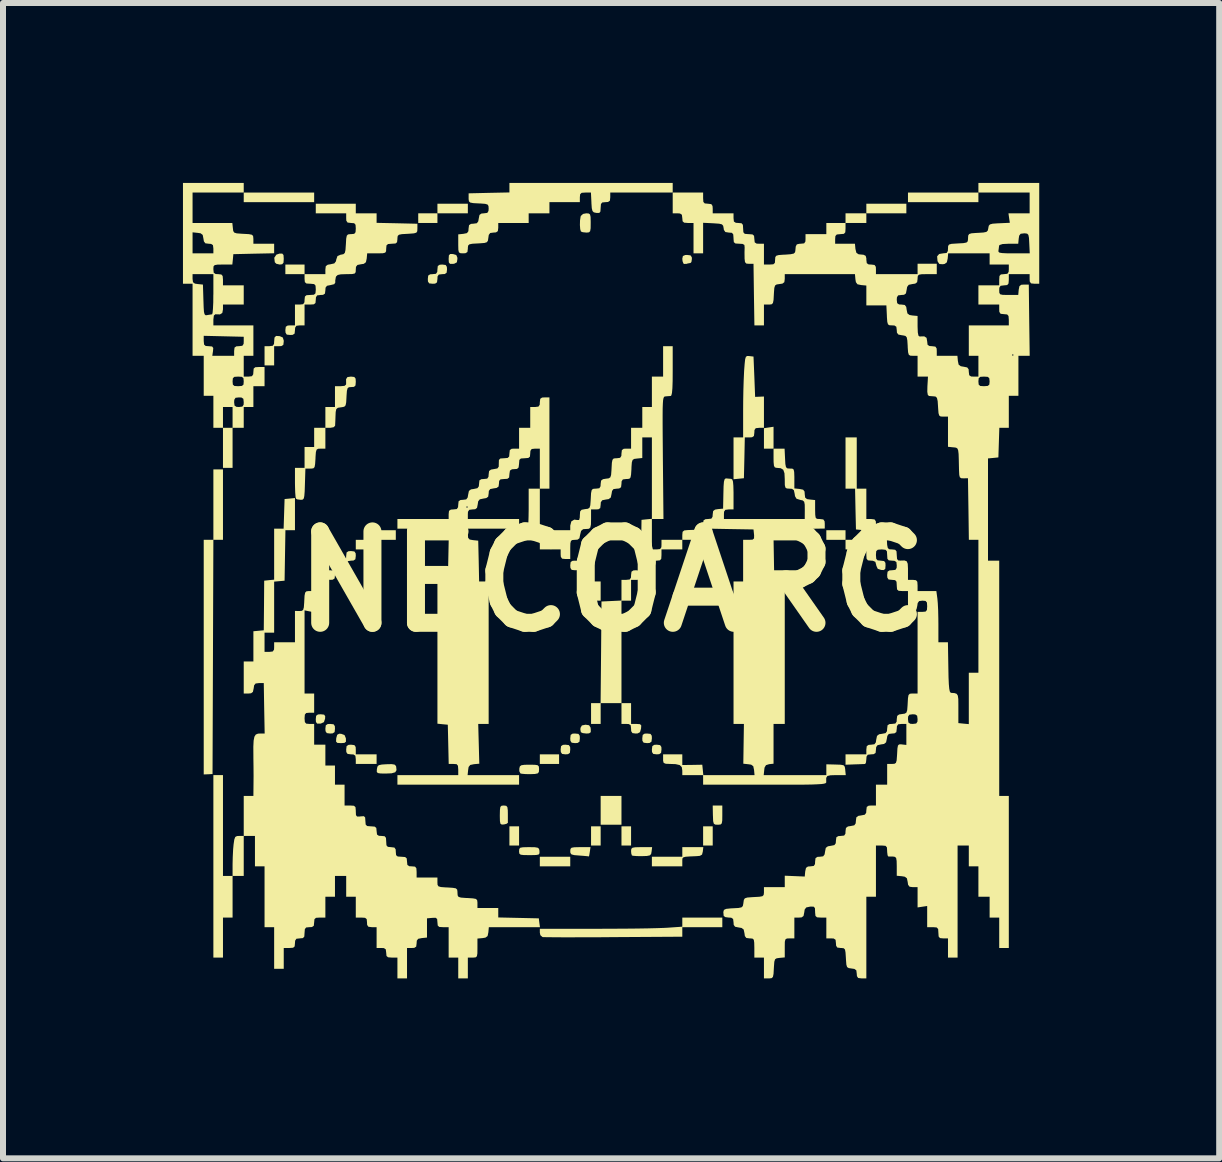
<source format=kicad_pcb>
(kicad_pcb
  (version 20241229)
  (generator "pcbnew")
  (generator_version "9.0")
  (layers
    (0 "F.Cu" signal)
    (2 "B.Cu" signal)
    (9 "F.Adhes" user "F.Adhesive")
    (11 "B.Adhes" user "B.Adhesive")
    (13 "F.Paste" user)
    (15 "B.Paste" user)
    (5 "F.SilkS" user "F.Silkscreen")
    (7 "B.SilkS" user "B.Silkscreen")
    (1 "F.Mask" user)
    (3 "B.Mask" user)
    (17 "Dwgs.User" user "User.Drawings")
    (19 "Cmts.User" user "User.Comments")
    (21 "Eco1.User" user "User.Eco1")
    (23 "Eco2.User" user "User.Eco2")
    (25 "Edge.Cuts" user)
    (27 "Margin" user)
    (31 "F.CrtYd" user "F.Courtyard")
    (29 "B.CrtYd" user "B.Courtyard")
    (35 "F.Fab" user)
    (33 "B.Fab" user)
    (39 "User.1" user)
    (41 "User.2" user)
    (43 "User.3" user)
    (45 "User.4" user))
  (footprint "NECOARC"
    (layer "F.Cu")
    (at 7.15 6.643)
    (property "Reference" "NECOARC" (at 0 0 0) (layer "F.SilkS") (effects (font (size 1.524 1.524) (thickness 0.3))))
    (attr board_only exclude_from_pos_files exclude_from_bom)
    (fp_poly (pts (xy -5.123 -5.123) (xy -5.443 -5.123) (xy -5.443 -5.283) (xy -5.123 -5.283)) (stroke (width 0) (type solid)) (fill yes) (layer "F.SilkS"))
    (fp_poly (pts (xy -4.963 -6.323) (xy -6.137 -6.323) (xy -6.137 -6.483) (xy -4.963 -6.483)) (stroke (width 0) (type solid)) (fill yes) (layer "F.SilkS"))
    (fp_poly (pts (xy -3.922 -0.534) (xy -4.269 -0.534) (xy -4.269 -0.694) (xy -3.922 -0.694)) (stroke (width 0) (type solid)) (fill yes) (layer "F.SilkS"))
    (fp_poly (pts (xy -3.602 -0.694) (xy -3.922 -0.694) (xy -3.922 -0.854) (xy -3.602 -0.854)) (stroke (width 0) (type solid)) (fill yes) (layer "F.SilkS"))
    (fp_poly (pts (xy -2.908 -5.976) (xy -3.228 -5.976) (xy -3.228 -6.137) (xy -2.908 -6.137)) (stroke (width 0) (type solid)) (fill yes) (layer "F.SilkS"))
    (fp_poly (pts (xy -2.401 -6.137) (xy -2.908 -6.137) (xy -2.908 -6.297) (xy -2.401 -6.297)) (stroke (width 0) (type solid)) (fill yes) (layer "F.SilkS"))
    (fp_poly (pts (xy -1.547 4.402) (xy -1.708 4.402) (xy -1.708 4.082) (xy -1.547 4.082)) (stroke (width 0) (type solid)) (fill yes) (layer "F.SilkS"))
    (fp_poly (pts (xy -0.88 3.042) (xy -1.201 3.042) (xy -1.201 2.882) (xy -0.88 2.882)) (stroke (width 0) (type solid)) (fill yes) (layer "F.SilkS"))
    (fp_poly (pts (xy -0.694 4.749) (xy -1.201 4.749) (xy -1.201 4.589) (xy -0.694 4.589)) (stroke (width 0) (type solid)) (fill yes) (layer "F.SilkS"))
    (fp_poly (pts (xy -0.187 0.32) (xy -0.347 0.32) (xy -0.347 0) (xy -0.187 0)) (stroke (width 0) (type solid)) (fill yes) (layer "F.SilkS"))
    (fp_poly (pts (xy -0.187 4.402) (xy -0.347 4.402) (xy -0.347 4.082) (xy -0.187 4.082)) (stroke (width 0) (type solid)) (fill yes) (layer "F.SilkS"))
    (fp_poly (pts (xy 0.16 4.055) (xy -0.187 4.055) (xy -0.187 3.575) (xy 0.16 3.575)) (stroke (width 0) (type solid)) (fill yes) (layer "F.SilkS"))
    (fp_poly (pts (xy 0.32 4.402) (xy 0.16 4.402) (xy 0.16 4.082) (xy 0.32 4.082)) (stroke (width 0) (type solid)) (fill yes) (layer "F.SilkS"))
    (fp_poly (pts (xy 1.681 4.402) (xy 1.521 4.402) (xy 1.521 4.082) (xy 1.681 4.082)) (stroke (width 0) (type solid)) (fill yes) (layer "F.SilkS"))
    (fp_poly (pts (xy 3.895 -0.694) (xy 3.575 -0.694) (xy 3.575 -0.854) (xy 3.895 -0.854)) (stroke (width 0) (type solid)) (fill yes) (layer "F.SilkS"))
    (fp_poly (pts (xy 4.242 -5.976) (xy 3.895 -5.976) (xy 3.895 -6.137) (xy 4.242 -6.137)) (stroke (width 0) (type solid)) (fill yes) (layer "F.SilkS"))
    (fp_poly (pts (xy 4.909 -6.137) (xy 4.242 -6.137) (xy 4.242 -6.297) (xy 4.909 -6.297)) (stroke (width 0) (type solid)) (fill yes) (layer "F.SilkS"))
    (fp_poly (pts (xy 6.11 -6.323) (xy 4.936 -6.323) (xy 4.936 -6.483) (xy 6.11 -6.483)) (stroke (width 0) (type solid)) (fill yes) (layer "F.SilkS"))
    (fp_poly (pts (xy 2.695 -2.214) (xy 2.535 -2.214) (xy 2.535 -2.555) (xy 2.615 -2.567) (xy 2.695 -2.579)) (stroke (width 0) (type solid)) (fill yes) (layer "F.SilkS"))
    (fp_poly (pts (xy -6.483 4.909) (xy -6.323 4.909) (xy -6.323 5.603) (xy -6.483 5.603) (xy -6.483 6.27) (xy -6.643 6.27) (xy -6.643 3.228) (xy -6.483 3.228)) (stroke (width 0) (type solid)) (fill yes) (layer "F.SilkS"))
    (fp_poly (pts (xy -6.483 -0.694) (xy -6.643 -0.694) (xy -6.65 1.258) (xy -6.657 3.21) (xy -6.73 3.214) (xy -6.804 3.217) (xy -6.804 -0.694) (xy -6.643 -0.694) (xy -6.643 -1.868) (xy -6.483 -1.868)) (stroke (width 0) (type solid)) (fill yes) (layer "F.SilkS"))
    (fp_poly (pts (xy -6.137 4.909) (xy -6.323 4.909) (xy -6.323 4.716) (xy -6.32 4.593) (xy -6.314 4.469) (xy -6.306 4.382) (xy -6.294 4.301) (xy -6.278 4.259) (xy -6.249 4.244) (xy -6.213 4.242) (xy -6.137 4.242)) (stroke (width 0) (type solid)) (fill yes) (layer "F.SilkS"))
    (fp_poly (pts (xy 1.486 -0.859) (xy 1.509 -0.827) (xy 1.516 -0.78) (xy 1.524 -0.694) (xy 1.174 -0.694) (xy 1.174 -0.774) (xy 1.179 -0.828) (xy 1.207 -0.851) (xy 1.267 -0.857) (xy 1.356 -0.86) (xy 1.434 -0.864)) (stroke (width 0) (type solid)) (fill yes) (layer "F.SilkS"))
    (fp_poly (pts (xy -5.474 -5.442) (xy -5.47 -5.381) (xy -5.47 -5.378) (xy -5.474 -5.314) (xy -5.496 -5.288) (xy -5.537 -5.283) (xy -5.594 -5.296) (xy -5.619 -5.321) (xy -5.628 -5.396) (xy -5.593 -5.448) (xy -5.543 -5.465) (xy -5.494 -5.465)) (stroke (width 0) (type solid)) (fill yes) (layer "F.SilkS"))
    (fp_poly (pts (xy -4.799 0.007) (xy -4.778 0.038) (xy -4.776 0.08) (xy -4.782 0.137) (xy -4.814 0.158) (xy -4.856 0.16) (xy -4.913 0.153) (xy -4.933 0.122) (xy -4.936 0.08) (xy -4.929 0.023) (xy -4.898 0.002) (xy -4.856 0)) (stroke (width 0) (type solid)) (fill yes) (layer "F.SilkS"))
    (fp_poly (pts (xy -4.797 2.22) (xy -4.779 2.246) (xy -4.781 2.288) (xy -4.8 2.345) (xy -4.85 2.368) (xy -4.863 2.37) (xy -4.914 2.369) (xy -4.933 2.342) (xy -4.936 2.296) (xy -4.93 2.239) (xy -4.9 2.217) (xy -4.854 2.214)) (stroke (width 0) (type solid)) (fill yes) (layer "F.SilkS"))
    (fp_poly (pts (xy -4.639 -0.18) (xy -4.618 -0.149) (xy -4.616 -0.107) (xy -4.622 -0.05) (xy -4.654 -0.029) (xy -4.696 -0.027) (xy -4.752 -0.033) (xy -4.773 -0.064) (xy -4.776 -0.107) (xy -4.769 -0.163) (xy -4.738 -0.184) (xy -4.696 -0.187)) (stroke (width 0) (type solid)) (fill yes) (layer "F.SilkS"))
    (fp_poly (pts (xy -4.639 2.381) (xy -4.618 2.412) (xy -4.616 2.455) (xy -4.622 2.511) (xy -4.654 2.532) (xy -4.696 2.535) (xy -4.752 2.528) (xy -4.773 2.497) (xy -4.776 2.455) (xy -4.769 2.398) (xy -4.738 2.377) (xy -4.696 2.375)) (stroke (width 0) (type solid)) (fill yes) (layer "F.SilkS"))
    (fp_poly (pts (xy -2.648 -5.458) (xy -2.594 -5.442) (xy -2.576 -5.4) (xy -2.575 -5.376) (xy -2.584 -5.32) (xy -2.625 -5.298) (xy -2.648 -5.294) (xy -2.698 -5.294) (xy -2.718 -5.319) (xy -2.721 -5.376) (xy -2.717 -5.437) (xy -2.695 -5.459)) (stroke (width 0) (type solid)) (fill yes) (layer "F.SilkS"))
    (fp_poly (pts (xy -0.717 2.728) (xy -0.696 2.759) (xy -0.694 2.801) (xy -0.7 2.858) (xy -0.731 2.879) (xy -0.774 2.882) (xy -0.83 2.875) (xy -0.851 2.844) (xy -0.854 2.801) (xy -0.847 2.745) (xy -0.816 2.724) (xy -0.774 2.721)) (stroke (width 0) (type solid)) (fill yes) (layer "F.SilkS"))
    (fp_poly (pts (xy -0.557 -0.34) (xy -0.536 -0.309) (xy -0.534 -0.267) (xy -0.54 -0.21) (xy -0.571 -0.189) (xy -0.614 -0.187) (xy -0.67 -0.193) (xy -0.691 -0.225) (xy -0.694 -0.267) (xy -0.687 -0.324) (xy -0.656 -0.344) (xy -0.614 -0.347)) (stroke (width 0) (type solid)) (fill yes) (layer "F.SilkS"))
    (fp_poly (pts (xy -0.557 2.541) (xy -0.536 2.572) (xy -0.534 2.615) (xy -0.54 2.671) (xy -0.571 2.692) (xy -0.614 2.695) (xy -0.67 2.688) (xy -0.691 2.657) (xy -0.694 2.615) (xy -0.687 2.558) (xy -0.656 2.537) (xy -0.614 2.535)) (stroke (width 0) (type solid)) (fill yes) (layer "F.SilkS"))
    (fp_poly (pts (xy -0.434 -0.182) (xy -0.376 -0.163) (xy -0.353 -0.112) (xy -0.352 -0.1) (xy -0.352 -0.049) (xy -0.379 -0.029) (xy -0.425 -0.027) (xy -0.483 -0.033) (xy -0.504 -0.063) (xy -0.507 -0.108) (xy -0.501 -0.165) (xy -0.475 -0.184)) (stroke (width 0) (type solid)) (fill yes) (layer "F.SilkS"))
    (fp_poly (pts (xy 0.644 2.541) (xy 0.665 2.572) (xy 0.667 2.615) (xy 0.66 2.671) (xy 0.629 2.692) (xy 0.587 2.695) (xy 0.53 2.688) (xy 0.509 2.657) (xy 0.507 2.615) (xy 0.514 2.558) (xy 0.545 2.537) (xy 0.587 2.535)) (stroke (width 0) (type solid)) (fill yes) (layer "F.SilkS"))
    (fp_poly (pts (xy 0.804 2.728) (xy 0.825 2.759) (xy 0.827 2.801) (xy 0.82 2.858) (xy 0.789 2.879) (xy 0.747 2.882) (xy 0.69 2.875) (xy 0.669 2.844) (xy 0.667 2.801) (xy 0.674 2.745) (xy 0.705 2.724) (xy 0.747 2.721)) (stroke (width 0) (type solid)) (fill yes) (layer "F.SilkS"))
    (fp_poly (pts (xy -4.512 2.54) (xy -4.457 2.56) (xy -4.435 2.612) (xy -4.434 2.621) (xy -4.433 2.671) (xy -4.458 2.691) (xy -4.516 2.695) (xy -4.577 2.691) (xy -4.598 2.669) (xy -4.595 2.616) (xy -4.595 2.613) (xy -4.579 2.556) (xy -4.546 2.538)) (stroke (width 0) (type solid)) (fill yes) (layer "F.SilkS"))
    (fp_poly (pts (xy -0.38 2.397) (xy -0.356 2.434) (xy -0.352 2.461) (xy -0.352 2.513) (xy -0.38 2.532) (xy -0.424 2.535) (xy -0.485 2.528) (xy -0.517 2.513) (xy -0.525 2.471) (xy -0.523 2.44) (xy -0.5 2.4) (xy -0.439 2.388) (xy -0.438 2.388)) (stroke (width 0) (type solid)) (fill yes) (layer "F.SilkS"))
    (fp_poly (pts (xy 1.841 3.895) (xy 1.84 3.984) (xy 1.832 4.032) (xy 1.813 4.051) (xy 1.775 4.055) (xy 1.764 4.055) (xy 1.722 4.053) (xy 1.699 4.037) (xy 1.688 3.995) (xy 1.685 3.915) (xy 1.684 3.895) (xy 1.681 3.735) (xy 1.841 3.735)) (stroke (width 0) (type solid)) (fill yes) (layer "F.SilkS"))
    (fp_poly (pts (xy 1.311 -5.436) (xy 1.332 -5.405) (xy 1.334 -5.376) (xy 1.326 -5.326) (xy 1.31 -5.309) (xy 1.264 -5.301) (xy 1.248 -5.295) (xy 1.204 -5.293) (xy 1.193 -5.3) (xy 1.178 -5.339) (xy 1.174 -5.381) (xy 1.184 -5.425) (xy 1.223 -5.442) (xy 1.254 -5.443)) (stroke (width 0) (type solid)) (fill yes) (layer "F.SilkS"))
    (fp_poly (pts (xy 0.662 4.502) (xy 0.654 4.544) (xy 0.632 4.566) (xy 0.584 4.576) (xy 0.501 4.579) (xy 0.416 4.578) (xy 0.355 4.573) (xy 0.334 4.568) (xy 0.323 4.533) (xy 0.32 4.491) (xy 0.324 4.458) (xy 0.343 4.439) (xy 0.388 4.431) (xy 0.473 4.429) (xy 0.495 4.429) (xy 0.671 4.429)) (stroke (width 0) (type solid)) (fill yes) (layer "F.SilkS"))
    (fp_poly (pts (xy 1.516 4.502) (xy 1.503 4.553) (xy 1.467 4.574) (xy 1.414 4.579) (xy 1.3 4.584) (xy 1.23 4.589) (xy 1.192 4.599) (xy 1.176 4.617) (xy 1.174 4.648) (xy 1.174 4.669) (xy 1.174 4.749) (xy 0.667 4.749) (xy 0.667 4.589) (xy 1.174 4.589) (xy 1.174 4.429) (xy 1.524 4.429)) (stroke (width 0) (type solid)) (fill yes) (layer "F.SilkS"))
    (fp_poly (pts (xy -4.292 2.728) (xy -4.271 2.759) (xy -4.269 2.801) (xy -4.269 2.882) (xy -3.922 2.882) (xy -3.922 3.042) (xy -4.269 3.042) (xy -4.269 2.962) (xy -4.276 2.905) (xy -4.307 2.884) (xy -4.349 2.882) (xy -4.406 2.875) (xy -4.427 2.844) (xy -4.429 2.801) (xy -4.422 2.745) (xy -4.391 2.724) (xy -4.349 2.721)) (stroke (width 0) (type solid)) (fill yes) (layer "F.SilkS"))
    (fp_poly (pts (xy -3.622 3.053) (xy -3.6 3.075) (xy -3.596 3.087) (xy -3.59 3.146) (xy -3.612 3.181) (xy -3.672 3.198) (xy -3.766 3.202) (xy -3.854 3.201) (xy -3.901 3.194) (xy -3.919 3.175) (xy -3.918 3.138) (xy -3.917 3.128) (xy -3.908 3.086) (xy -3.886 3.063) (xy -3.835 3.052) (xy -3.759 3.047) (xy -3.671 3.045)) (stroke (width 0) (type solid)) (fill yes) (layer "F.SilkS"))
    (fp_poly (pts (xy -0.368 4.509) (xy -0.377 4.563) (xy -0.383 4.584) (xy -0.383 4.584) (xy -0.409 4.58) (xy -0.474 4.574) (xy -0.54 4.569) (xy -0.627 4.562) (xy -0.673 4.55) (xy -0.691 4.527) (xy -0.694 4.494) (xy -0.69 4.459) (xy -0.672 4.439) (xy -0.627 4.431) (xy -0.543 4.429) (xy -0.525 4.429) (xy -0.356 4.429)) (stroke (width 0) (type solid)) (fill yes) (layer "F.SilkS"))
    (fp_poly (pts (xy 0.32 2.375) (xy 0.409 2.375) (xy 0.469 2.379) (xy 0.49 2.401) (xy 0.486 2.455) (xy 0.469 2.512) (xy 0.43 2.533) (xy 0.397 2.535) (xy 0.343 2.528) (xy 0.322 2.496) (xy 0.32 2.455) (xy 0.314 2.398) (xy 0.282 2.377) (xy 0.24 2.375) (xy 0.16 2.375) (xy 0.16 2.028) (xy 0.32 2.028)) (stroke (width 0) (type solid)) (fill yes) (layer "F.SilkS"))
    (fp_poly (pts (xy -5.542 -4.09) (xy -5.536 -4.089) (xy -5.486 -4.067) (xy -5.47 -4.016) (xy -5.47 -3.999) (xy -5.477 -3.944) (xy -5.509 -3.924) (xy -5.55 -3.922) (xy -5.63 -3.922) (xy -5.63 -3.602) (xy -5.79 -3.602) (xy -5.79 -3.922) (xy -5.71 -3.922) (xy -5.653 -3.929) (xy -5.632 -3.96) (xy -5.63 -3.998) (xy -5.624 -4.066) (xy -5.598 -4.093)) (stroke (width 0) (type solid)) (fill yes) (layer "F.SilkS"))
    (fp_poly (pts (xy -1.285 3.056) (xy -1.238 3.063) (xy -1.218 3.083) (xy -1.214 3.121) (xy -1.214 3.132) (xy -1.217 3.176) (xy -1.235 3.199) (xy -1.281 3.209) (xy -1.357 3.212) (xy -1.442 3.211) (xy -1.505 3.205) (xy -1.526 3.199) (xy -1.543 3.163) (xy -1.543 3.119) (xy -1.534 3.083) (xy -1.51 3.064) (xy -1.457 3.056) (xy -1.374 3.055)) (stroke (width 0) (type solid)) (fill yes) (layer "F.SilkS"))
    (fp_poly (pts (xy -1.761 3.74) (xy -1.742 3.762) (xy -1.735 3.815) (xy -1.734 3.869) (xy -1.734 3.95) (xy -1.734 4.007) (xy -1.733 4.022) (xy -1.756 4.04) (xy -1.8 4.051) (xy -1.837 4.052) (xy -1.858 4.038) (xy -1.866 3.996) (xy -1.868 3.914) (xy -1.868 3.897) (xy -1.866 3.808) (xy -1.859 3.759) (xy -1.84 3.739) (xy -1.805 3.735) (xy -1.801 3.735)) (stroke (width 0) (type solid)) (fill yes) (layer "F.SilkS"))
    (fp_poly (pts (xy -0.386 -6.134) (xy -0.364 -6.118) (xy -0.355 -6.076) (xy -0.353 -5.995) (xy -0.353 -5.976) (xy -0.354 -5.888) (xy -0.362 -5.84) (xy -0.381 -5.82) (xy -0.419 -5.816) (xy -0.426 -5.816) (xy -0.486 -5.822) (xy -0.516 -5.834) (xy -0.528 -5.873) (xy -0.533 -5.942) (xy -0.531 -6.019) (xy -0.521 -6.083) (xy -0.517 -6.094) (xy -0.48 -6.127) (xy -0.427 -6.137)) (stroke (width 0) (type solid)) (fill yes) (layer "F.SilkS"))
    (fp_poly (pts (xy -1.288 4.43) (xy -1.238 4.438) (xy -1.215 4.456) (xy -1.207 4.49) (xy -1.207 4.496) (xy -1.207 4.532) (xy -1.221 4.552) (xy -1.263 4.56) (xy -1.342 4.562) (xy -1.374 4.562) (xy -1.467 4.561) (xy -1.519 4.555) (xy -1.542 4.538) (xy -1.547 4.506) (xy -1.547 4.496) (xy -1.544 4.459) (xy -1.527 4.439) (xy -1.482 4.431) (xy -1.398 4.429) (xy -1.38 4.429)) (stroke (width 0) (type solid)) (fill yes) (layer "F.SilkS"))
    (fp_poly (pts (xy -4.292 -0.5) (xy -4.271 -0.469) (xy -4.269 -0.427) (xy -4.276 -0.37) (xy -4.307 -0.349) (xy -4.347 -0.347) (xy -4.405 -0.338) (xy -4.429 -0.302) (xy -4.434 -0.273) (xy -4.453 -0.216) (xy -4.503 -0.193) (xy -4.516 -0.192) (xy -4.567 -0.192) (xy -4.586 -0.219) (xy -4.589 -0.265) (xy -4.583 -0.323) (xy -4.553 -0.344) (xy -4.509 -0.347) (xy -4.452 -0.353) (xy -4.431 -0.385) (xy -4.429 -0.427) (xy -4.422 -0.484) (xy -4.391 -0.504) (xy -4.349 -0.507)) (stroke (width 0) (type solid)) (fill yes) (layer "F.SilkS"))
    (fp_poly (pts (xy -2.771 -5.276) (xy -2.751 -5.245) (xy -2.748 -5.203) (xy -2.755 -5.146) (xy -2.786 -5.125) (xy -2.828 -5.123) (xy -2.885 -5.116) (xy -2.906 -5.085) (xy -2.908 -5.043) (xy -2.915 -4.986) (xy -2.946 -4.965) (xy -2.988 -4.963) (xy -3.045 -4.969) (xy -3.066 -5) (xy -3.068 -5.043) (xy -3.062 -5.099) (xy -3.03 -5.12) (xy -2.988 -5.123) (xy -2.932 -5.129) (xy -2.911 -5.16) (xy -2.908 -5.203) (xy -2.902 -5.259) (xy -2.87 -5.28) (xy -2.828 -5.283)) (stroke (width 0) (type solid)) (fill yes) (layer "F.SilkS"))
    (fp_poly (pts (xy 1.841 5.763) (xy 1.174 5.763) (xy 1.174 5.922) (xy 0.031 5.929) (xy -0.212 5.931) (xy -0.439 5.931) (xy -0.646 5.932) (xy -0.825 5.932) (xy -0.971 5.931) (xy -1.079 5.93) (xy -1.142 5.929) (xy -1.156 5.928) (xy -1.192 5.897) (xy -1.201 5.854) (xy -1.201 5.79) (xy -0.258 5.79) (xy -0.026 5.789) (xy 0.2 5.788) (xy 0.411 5.786) (xy 0.599 5.783) (xy 0.756 5.779) (xy 0.874 5.775) (xy 0.93 5.772) (xy 1.174 5.755) (xy 1.174 5.603) (xy 1.841 5.603)) (stroke (width 0) (type solid)) (fill yes) (layer "F.SilkS"))
    (fp_poly (pts (xy 0.457 -0.181) (xy 0.482 -0.167) (xy 0.482 -0.167) (xy 0.491 -0.085) (xy 0.487 -0.044) (xy 0.464 -0.029) (xy 0.415 -0.027) (xy 0.409 -0.027) (xy 0.32 -0.027) (xy 0.32 0.32) (xy 0.16 0.32) (xy 0.16 2.028) (xy -0.187 2.028) (xy -0.187 2.375) (xy -0.347 2.375) (xy -0.347 2.028) (xy -0.188 2.028) (xy -0.18 1.181) (xy -0.173 0.334) (xy -0.007 0.326) (xy 0.16 0.318) (xy 0.16 -0.027) (xy 0.24 -0.027) (xy 0.297 -0.033) (xy 0.318 -0.064) (xy 0.32 -0.107) (xy 0.327 -0.163) (xy 0.358 -0.184) (xy 0.4 -0.187)) (stroke (width 0) (type solid)) (fill yes) (layer "F.SilkS"))
    (fp_poly (pts (xy 2.283 -3.758) (xy 2.292 -3.757) (xy 2.361 -3.749) (xy 2.375 -3.413) (xy 2.388 -3.077) (xy 2.461 -3.08) (xy 2.535 -3.083) (xy 2.535 -2.561) (xy 2.455 -2.561) (xy 2.398 -2.555) (xy 2.377 -2.524) (xy 2.375 -2.481) (xy 2.368 -2.425) (xy 2.337 -2.404) (xy 2.295 -2.401) (xy 2.216 -2.401) (xy 2.209 -2.061) (xy 2.201 -1.721) (xy 2.028 -1.704) (xy 2.028 -2.401) (xy 2.188 -2.401) (xy 2.188 -2.837) (xy 2.189 -3.009) (xy 2.192 -3.184) (xy 2.197 -3.346) (xy 2.203 -3.479) (xy 2.205 -3.519) (xy 2.214 -3.634) (xy 2.222 -3.706) (xy 2.234 -3.744) (xy 2.253 -3.758)) (stroke (width 0) (type solid)) (fill yes) (layer "F.SilkS"))
    (fp_poly (pts (xy -4.776 -2.214) (xy -4.855 -2.214) (xy -4.898 -2.212) (xy -4.922 -2.197) (xy -4.934 -2.157) (xy -4.94 -2.079) (xy -4.941 -2.048) (xy -4.947 -1.957) (xy -4.956 -1.907) (xy -4.976 -1.886) (xy -5.014 -1.881) (xy -5.029 -1.881) (xy -5.109 -1.881) (xy -5.117 -1.621) (xy -5.121 -1.502) (xy -5.127 -1.426) (xy -5.136 -1.384) (xy -5.153 -1.365) (xy -5.179 -1.361) (xy -5.186 -1.361) (xy -5.242 -1.368) (xy -5.265 -1.379) (xy -5.273 -1.411) (xy -5.279 -1.485) (xy -5.282 -1.586) (xy -5.283 -1.645) (xy -5.283 -1.894) (xy -5.123 -1.894) (xy -5.123 -2.241) (xy -4.963 -2.241) (xy -4.963 -2.561) (xy -4.776 -2.561)) (stroke (width 0) (type solid)) (fill yes) (layer "F.SilkS"))
    (fp_poly (pts (xy -4.294 -3.409) (xy -4.272 -3.381) (xy -4.269 -3.327) (xy -4.274 -3.267) (xy -4.299 -3.244) (xy -4.342 -3.241) (xy -4.383 -3.238) (xy -4.405 -3.222) (xy -4.417 -3.179) (xy -4.423 -3.098) (xy -4.424 -3.077) (xy -4.429 -2.986) (xy -4.439 -2.936) (xy -4.461 -2.913) (xy -4.501 -2.905) (xy -4.517 -2.903) (xy -4.568 -2.895) (xy -4.594 -2.874) (xy -4.604 -2.825) (xy -4.607 -2.761) (xy -4.61 -2.677) (xy -4.613 -2.613) (xy -4.614 -2.595) (xy -4.639 -2.571) (xy -4.696 -2.561) (xy -4.776 -2.561) (xy -4.776 -2.908) (xy -4.616 -2.908) (xy -4.616 -3.255) (xy -4.521 -3.255) (xy -4.456 -3.261) (xy -4.431 -3.283) (xy -4.43 -3.302) (xy -4.431 -3.373) (xy -4.408 -3.407) (xy -4.35 -3.415) (xy -4.349 -3.415)) (stroke (width 0) (type solid)) (fill yes) (layer "F.SilkS"))
    (fp_poly (pts (xy 1.014 -6.483) (xy -0.027 -6.483) (xy -0.027 -6.403) (xy -0.033 -6.347) (xy -0.064 -6.326) (xy -0.107 -6.323) (xy -0.16 -6.318) (xy -0.182 -6.292) (xy -0.187 -6.229) (xy -0.191 -6.167) (xy -0.21 -6.143) (xy -0.258 -6.144) (xy -0.26 -6.144) (xy -0.301 -6.153) (xy -0.323 -6.175) (xy -0.335 -6.222) (xy -0.341 -6.308) (xy -0.341 -6.319) (xy -0.349 -6.483) (xy -0.442 -6.483) (xy -0.504 -6.479) (xy -0.529 -6.455) (xy -0.534 -6.403) (xy -0.534 -6.323) (xy -1.041 -6.323) (xy -1.041 -6.137) (xy -1.387 -6.137) (xy -1.387 -5.976) (xy -1.894 -5.976) (xy -1.894 -5.896) (xy -1.901 -5.84) (xy -1.932 -5.819) (xy -1.973 -5.816) (xy -2.028 -5.809) (xy -2.052 -5.777) (xy -2.059 -5.73) (xy -2.066 -5.682) (xy -2.083 -5.656) (xy -2.123 -5.643) (xy -2.199 -5.637) (xy -2.235 -5.635) (xy -2.325 -5.63) (xy -2.375 -5.62) (xy -2.396 -5.6) (xy -2.401 -5.563) (xy -2.401 -5.548) (xy -2.408 -5.492) (xy -2.44 -5.472) (xy -2.481 -5.47) (xy -2.526 -5.472) (xy -2.55 -5.487) (xy -2.559 -5.527) (xy -2.561 -5.605) (xy -2.561 -5.628) (xy -2.561 -5.786) (xy -2.475 -5.795) (xy -2.416 -5.807) (xy -2.392 -5.839) (xy -2.389 -5.883) (xy -2.381 -5.94) (xy -2.349 -5.961) (xy -2.308 -5.964) (xy -2.251 -5.972) (xy -2.227 -6.004) (xy -2.219 -6.051) (xy -2.207 -6.11) (xy -2.175 -6.133) (xy -2.133 -6.137) (xy -2.077 -6.144) (xy -2.057 -6.176) (xy -2.054 -6.215) (xy -2.057 -6.258) (xy -2.072 -6.283) (xy -2.112 -6.295) (xy -2.19 -6.301) (xy -2.221 -6.302) (xy -2.312 -6.307) (xy -2.362 -6.317) (xy -2.383 -6.337) (xy -2.388 -6.374) (xy -2.388 -6.39) (xy -2.388 -6.47) (xy -2.048 -6.478) (xy -1.708 -6.485) (xy -1.708 -6.643) (xy 1.014 -6.643)) (stroke (width 0) (type solid)) (fill yes) (layer "F.SilkS"))
    (fp_poly (pts (xy -4.269 -6.137) (xy -3.922 -6.137) (xy -3.922 -5.978) (xy -3.582 -5.971) (xy -3.242 -5.963) (xy -3.242 -5.883) (xy -3.244 -5.839) (xy -3.259 -5.815) (xy -3.299 -5.803) (xy -3.376 -5.797) (xy -3.408 -5.795) (xy -3.499 -5.79) (xy -3.549 -5.78) (xy -3.57 -5.76) (xy -3.575 -5.723) (xy -3.575 -5.708) (xy -3.581 -5.655) (xy -3.607 -5.634) (xy -3.669 -5.63) (xy -3.731 -5.625) (xy -3.757 -5.603) (xy -3.762 -5.55) (xy -3.764 -5.505) (xy -3.779 -5.481) (xy -3.819 -5.471) (xy -3.897 -5.47) (xy -3.92 -5.47) (xy -4.079 -5.47) (xy -4.087 -5.383) (xy -4.1 -5.322) (xy -4.135 -5.295) (xy -4.182 -5.288) (xy -4.242 -5.276) (xy -4.266 -5.245) (xy -4.269 -5.201) (xy -4.271 -5.157) (xy -4.286 -5.134) (xy -4.327 -5.125) (xy -4.406 -5.123) (xy -4.427 -5.123) (xy -4.519 -5.12) (xy -4.571 -5.109) (xy -4.596 -5.086) (xy -4.602 -5.072) (xy -4.612 -5.012) (xy -4.61 -4.985) (xy -4.628 -4.956) (xy -4.689 -4.941) (xy -4.749 -4.929) (xy -4.773 -4.898) (xy -4.776 -4.854) (xy -4.783 -4.799) (xy -4.814 -4.778) (xy -4.856 -4.776) (xy -4.913 -4.769) (xy -4.933 -4.738) (xy -4.936 -4.696) (xy -4.941 -4.642) (xy -4.968 -4.62) (xy -5.029 -4.616) (xy -5.123 -4.616) (xy -5.123 -4.269) (xy -5.203 -4.269) (xy -5.259 -4.262) (xy -5.28 -4.231) (xy -5.283 -4.189) (xy -5.289 -4.132) (xy -5.321 -4.111) (xy -5.363 -4.109) (xy -5.42 -4.115) (xy -5.44 -4.147) (xy -5.443 -4.189) (xy -5.436 -4.246) (xy -5.405 -4.266) (xy -5.363 -4.269) (xy -5.283 -4.269) (xy -5.283 -4.616) (xy -5.203 -4.616) (xy -5.146 -4.622) (xy -5.125 -4.654) (xy -5.123 -4.696) (xy -5.117 -4.75) (xy -5.091 -4.772) (xy -5.029 -4.776) (xy -4.967 -4.78) (xy -4.941 -4.803) (xy -4.936 -4.862) (xy -4.936 -4.869) (xy -4.94 -4.932) (xy -4.963 -4.957) (xy -5.022 -4.963) (xy -5.029 -4.963) (xy -5.092 -4.967) (xy -5.118 -4.99) (xy -5.123 -5.043) (xy -5.123 -5.123) (xy -4.776 -5.123) (xy -4.776 -5.201) (xy -4.769 -5.256) (xy -4.737 -5.28) (xy -4.689 -5.288) (xy -4.627 -5.302) (xy -4.6 -5.337) (xy -4.594 -5.368) (xy -4.574 -5.425) (xy -4.522 -5.447) (xy -4.514 -5.448) (xy -4.475 -5.456) (xy -4.452 -5.477) (xy -4.441 -5.524) (xy -4.435 -5.61) (xy -4.434 -5.623) (xy -4.429 -5.714) (xy -4.419 -5.764) (xy -4.399 -5.785) (xy -4.362 -5.79) (xy -4.348 -5.79) (xy -4.295 -5.795) (xy -4.273 -5.822) (xy -4.269 -5.883) (xy -4.273 -5.946) (xy -4.296 -5.972) (xy -4.349 -5.976) (xy -4.406 -5.983) (xy -4.427 -6.014) (xy -4.429 -6.057) (xy -4.429 -6.137) (xy -4.936 -6.137) (xy -4.936 -6.297) (xy -4.269 -6.297)) (stroke (width 0) (type solid)) (fill yes) (layer "F.SilkS"))
    (fp_poly (pts (xy -1.041 -1.547) (xy -1.201 -1.547) (xy -1.201 -2.214) (xy -1.281 -2.214) (xy -1.337 -2.208) (xy -1.358 -2.177) (xy -1.361 -2.134) (xy -1.366 -2.081) (xy -1.392 -2.059) (xy -1.454 -2.054) (xy -1.517 -2.05) (xy -1.542 -2.027) (xy -1.547 -1.969) (xy -1.547 -1.965) (xy -1.555 -1.9) (xy -1.581 -1.876) (xy -1.594 -1.875) (xy -1.666 -1.87) (xy -1.699 -1.848) (xy -1.707 -1.798) (xy -1.708 -1.788) (xy -1.713 -1.733) (xy -1.742 -1.711) (xy -1.795 -1.708) (xy -1.856 -1.702) (xy -1.879 -1.677) (xy -1.882 -1.634) (xy -1.889 -1.582) (xy -1.922 -1.559) (xy -1.968 -1.552) (xy -2.028 -1.54) (xy -2.051 -1.509) (xy -2.054 -1.467) (xy -2.062 -1.413) (xy -2.094 -1.39) (xy -2.141 -1.382) (xy -2.202 -1.369) (xy -2.229 -1.335) (xy -2.236 -1.287) (xy -2.248 -1.227) (xy -2.279 -1.204) (xy -2.323 -1.201) (xy -2.378 -1.194) (xy -2.399 -1.162) (xy -2.401 -1.121) (xy -2.401 -1.041) (xy -1.547 -1.041) (xy -1.547 -0.88) (xy -2.401 -0.88) (xy -2.401 -0.789) (xy -2.396 -0.726) (xy -2.37 -0.699) (xy -2.315 -0.689) (xy -2.228 -0.68) (xy -2.22 -0.34) (xy -2.213 0) (xy -2.054 0) (xy -2.054 2.375) (xy -2.141 2.375) (xy -2.228 2.375) (xy -2.21 3.038) (xy -2.299 3.046) (xy -2.361 3.059) (xy -2.388 3.092) (xy -2.396 3.142) (xy -2.405 3.228) (xy -1.547 3.228) (xy -1.547 3.388) (xy -3.575 3.388) (xy -3.575 3.228) (xy -2.561 3.228) (xy -2.561 3.135) (xy -2.566 3.072) (xy -2.588 3.046) (xy -2.641 3.042) (xy -2.72 3.042) (xy -2.735 2.388) (xy -2.821 2.38) (xy -2.908 2.371) (xy -2.908 0.003) (xy -2.821 -0.005) (xy -2.735 -0.013) (xy -2.727 -0.354) (xy -2.72 -0.694) (xy -2.641 -0.694) (xy -2.587 -0.699) (xy -2.565 -0.726) (xy -2.561 -0.787) (xy -2.561 -0.88) (xy -3.575 -0.88) (xy -3.575 -1.041) (xy -2.721 -1.041) (xy -2.721 -1.121) (xy -2.715 -1.177) (xy -2.684 -1.198) (xy -2.641 -1.201) (xy -2.585 -1.207) (xy -2.564 -1.238) (xy -2.564 -1.241) (xy -2.428 -1.241) (xy -2.415 -1.227) (xy -2.401 -1.241) (xy -2.415 -1.254) (xy -2.428 -1.241) (xy -2.564 -1.241) (xy -2.561 -1.281) (xy -2.555 -1.337) (xy -2.524 -1.358) (xy -2.483 -1.361) (xy -2.428 -1.368) (xy -2.404 -1.4) (xy -2.396 -1.447) (xy -2.383 -1.509) (xy -2.349 -1.535) (xy -2.301 -1.542) (xy -2.241 -1.555) (xy -2.218 -1.586) (xy -2.214 -1.629) (xy -2.208 -1.685) (xy -2.176 -1.705) (xy -2.134 -1.708) (xy -2.078 -1.714) (xy -2.057 -1.745) (xy -2.054 -1.786) (xy -2.047 -1.841) (xy -2.015 -1.865) (xy -1.968 -1.873) (xy -1.908 -1.884) (xy -1.886 -1.914) (xy -1.885 -1.968) (xy -1.883 -2.026) (xy -1.859 -2.05) (xy -1.799 -2.054) (xy -1.798 -2.054) (xy -1.737 -2.059) (xy -1.712 -2.083) (xy -1.708 -2.134) (xy -1.701 -2.191) (xy -1.67 -2.212) (xy -1.628 -2.214) (xy -1.547 -2.214) (xy -1.547 -2.561) (xy -1.361 -2.561) (xy -1.361 -2.908) (xy -1.281 -2.908) (xy -1.224 -2.915) (xy -1.203 -2.946) (xy -1.201 -2.988) (xy -1.194 -3.045) (xy -1.163 -3.066) (xy -1.121 -3.068) (xy -1.041 -3.068)) (stroke (width 0) (type solid)) (fill yes) (layer "F.SilkS"))
    (fp_poly (pts (xy 2.887 -2.048) (xy 2.892 -1.957) (xy 2.902 -1.907) (xy 2.922 -1.886) (xy 2.957 -1.882) (xy 2.968 -1.882) (xy 3.008 -1.881) (xy 3.03 -1.866) (xy 3.039 -1.825) (xy 3.042 -1.746) (xy 3.042 -1.717) (xy 3.042 -1.551) (xy 3.128 -1.542) (xy 3.188 -1.53) (xy 3.212 -1.499) (xy 3.215 -1.454) (xy 3.222 -1.398) (xy 3.253 -1.373) (xy 3.302 -1.366) (xy 3.388 -1.357) (xy 3.388 -1.199) (xy 3.39 -1.111) (xy 3.397 -1.064) (xy 3.417 -1.044) (xy 3.457 -1.041) (xy 3.468 -1.041) (xy 3.525 -1.034) (xy 3.546 -1.003) (xy 3.549 -0.961) (xy 3.549 -0.882) (xy 3.048 -0.874) (xy 2.548 -0.867) (xy 2.54 -0.78) (xy 2.539 -0.721) (xy 2.56 -0.698) (xy 2.612 -0.694) (xy 2.693 -0.694) (xy 2.701 -0.354) (xy 2.708 -0.013) (xy 2.882 0.003) (xy 2.882 2.375) (xy 2.695 2.375) (xy 2.695 3.038) (xy 2.621 3.046) (xy 2.569 3.062) (xy 2.545 3.103) (xy 2.54 3.142) (xy 2.531 3.228) (xy 3.575 3.228) (xy 3.575 3.048) (xy 3.729 3.052) (xy 3.815 3.055) (xy 3.862 3.064) (xy 3.882 3.088) (xy 3.89 3.133) (xy 3.89 3.142) (xy 3.899 3.228) (xy 3.737 3.228) (xy 3.644 3.231) (xy 3.592 3.243) (xy 3.573 3.274) (xy 3.573 3.33) (xy 3.574 3.342) (xy 3.572 3.354) (xy 3.562 3.363) (xy 3.537 3.371) (xy 3.494 3.377) (xy 3.427 3.381) (xy 3.332 3.385) (xy 3.203 3.387) (xy 3.035 3.388) (xy 2.824 3.388) (xy 2.566 3.388) (xy 1.521 3.388) (xy 1.521 3.228) (xy 1.174 3.228) (xy 1.174 3.151) (xy 1.165 3.094) (xy 1.131 3.061) (xy 1.062 3.045) (xy 0.972 3.042) (xy 0.899 3.039) (xy 0.864 3.025) (xy 0.854 2.99) (xy 0.854 2.962) (xy 0.854 2.882) (xy 1.174 2.882) (xy 1.174 3.06) (xy 1.341 3.058) (xy 1.507 3.055) (xy 1.516 3.142) (xy 1.524 3.228) (xy 2.378 3.228) (xy 2.37 3.142) (xy 2.357 3.08) (xy 2.322 3.054) (xy 2.276 3.047) (xy 2.191 3.038) (xy 2.201 2.375) (xy 2.114 2.375) (xy 2.028 2.375) (xy 2.028 0) (xy 2.188 0) (xy 2.188 -0.694) (xy 2.283 -0.694) (xy 2.346 -0.697) (xy 2.37 -0.718) (xy 2.371 -0.77) (xy 2.37 -0.78) (xy 2.361 -0.867) (xy 1.941 -0.874) (xy 1.521 -0.882) (xy 1.521 -0.961) (xy 1.527 -1.017) (xy 1.559 -1.038) (xy 1.601 -1.041) (xy 1.658 -1.047) (xy 1.678 -1.078) (xy 1.681 -1.119) (xy 1.688 -1.174) (xy 1.72 -1.198) (xy 1.768 -1.206) (xy 1.854 -1.214) (xy 1.859 -1.467) (xy 1.862 -1.587) (xy 1.868 -1.662) (xy 1.879 -1.703) (xy 1.896 -1.717) (xy 1.905 -1.718) (xy 1.97 -1.712) (xy 1.988 -1.711) (xy 2.007 -1.7) (xy 2.019 -1.664) (xy 2.025 -1.596) (xy 2.028 -1.485) (xy 2.028 -1.454) (xy 2.028 -1.201) (xy 1.948 -1.201) (xy 1.891 -1.194) (xy 1.87 -1.163) (xy 1.868 -1.121) (xy 1.868 -1.041) (xy 3.215 -1.041) (xy 3.216 -1.194) (xy 3.215 -1.281) (xy 3.206 -1.328) (xy 3.183 -1.35) (xy 3.139 -1.36) (xy 3.136 -1.361) (xy 3.078 -1.379) (xy 3.053 -1.421) (xy 3.047 -1.461) (xy 3.034 -1.521) (xy 3.003 -1.544) (xy 2.96 -1.547) (xy 2.916 -1.55) (xy 2.893 -1.565) (xy 2.883 -1.606) (xy 2.882 -1.686) (xy 2.882 -1.705) (xy 2.877 -1.804) (xy 2.857 -1.862) (xy 2.814 -1.888) (xy 2.746 -1.894) (xy 2.717 -1.901) (xy 2.702 -1.928) (xy 2.696 -1.989) (xy 2.695 -2.054) (xy 2.695 -2.214) (xy 2.879 -2.214)) (stroke (width 0) (type solid)) (fill yes) (layer "F.SilkS"))
    (fp_poly (pts (xy -6.137 -6.483) (xy -6.99 -6.483) (xy -6.99 -5.976) (xy -6.327 -5.976) (xy -6.318 -5.89) (xy -6.312 -5.842) (xy -6.295 -5.816) (xy -6.255 -5.803) (xy -6.179 -5.797) (xy -6.143 -5.795) (xy -6.052 -5.79) (xy -6.002 -5.78) (xy -5.981 -5.76) (xy -5.977 -5.723) (xy -5.976 -5.708) (xy -5.976 -5.63) (xy -5.63 -5.63) (xy -5.63 -5.471) (xy -5.97 -5.464) (xy -6.31 -5.456) (xy -6.318 -5.369) (xy -6.327 -5.283) (xy -6.485 -5.283) (xy -6.573 -5.282) (xy -6.62 -5.274) (xy -6.64 -5.254) (xy -6.643 -5.214) (xy -6.643 -5.203) (xy -6.637 -5.146) (xy -6.606 -5.125) (xy -6.563 -5.123) (xy -6.51 -5.117) (xy -6.488 -5.091) (xy -6.483 -5.029) (xy -6.483 -4.936) (xy -6.137 -4.936) (xy -6.137 -4.616) (xy -6.483 -4.616) (xy -6.483 -4.536) (xy -6.494 -4.477) (xy -6.533 -4.452) (xy -6.61 -4.454) (xy -6.61 -4.454) (xy -6.635 -4.433) (xy -6.643 -4.366) (xy -6.643 -4.363) (xy -6.643 -4.269) (xy -5.976 -4.269) (xy -5.976 -3.762) (xy -6.137 -3.762) (xy -6.137 -3.415) (xy -6.057 -3.415) (xy -6 -3.422) (xy -5.979 -3.453) (xy -5.976 -3.495) (xy -5.971 -3.549) (xy -5.945 -3.571) (xy -5.883 -3.575) (xy -5.79 -3.575) (xy -5.79 -3.255) (xy -5.976 -3.255) (xy -5.976 -2.908) (xy -6.137 -2.908) (xy -6.137 -2.561) (xy -6.323 -2.561) (xy -6.323 -1.894) (xy -6.483 -1.894) (xy -6.483 -2.561) (xy -6.323 -2.561) (xy -6.323 -2.908) (xy -6.483 -2.908) (xy -6.483 -2.561) (xy -6.643 -2.561) (xy -6.643 -2.988) (xy -6.297 -2.988) (xy -6.29 -2.932) (xy -6.259 -2.911) (xy -6.217 -2.908) (xy -6.16 -2.915) (xy -6.139 -2.946) (xy -6.137 -2.988) (xy -6.143 -3.045) (xy -6.174 -3.066) (xy -6.217 -3.068) (xy -6.273 -3.062) (xy -6.294 -3.03) (xy -6.297 -2.988) (xy -6.643 -2.988) (xy -6.643 -3.095) (xy -6.804 -3.095) (xy -6.804 -3.335) (xy -6.323 -3.335) (xy -6.318 -3.281) (xy -6.292 -3.259) (xy -6.23 -3.255) (xy -6.167 -3.26) (xy -6.141 -3.282) (xy -6.137 -3.335) (xy -6.142 -3.389) (xy -6.168 -3.411) (xy -6.23 -3.415) (xy -6.293 -3.411) (xy -6.318 -3.388) (xy -6.323 -3.335) (xy -6.804 -3.335) (xy -6.804 -3.762) (xy -6.99 -3.762) (xy -6.99 -4.095) (xy -6.804 -4.095) (xy -6.804 -4.009) (xy -6.798 -3.949) (xy -6.772 -3.926) (xy -6.721 -3.922) (xy -6.664 -3.917) (xy -6.645 -3.892) (xy -6.649 -3.842) (xy -6.661 -3.762) (xy -6.297 -3.762) (xy -6.297 -3.842) (xy -6.29 -3.899) (xy -6.259 -3.92) (xy -6.217 -3.922) (xy -6.16 -3.929) (xy -6.139 -3.96) (xy -6.137 -4.001) (xy -6.137 -4.079) (xy -6.47 -4.087) (xy -6.804 -4.095) (xy -6.99 -4.095) (xy -6.99 -4.963) (xy -7.15 -4.963) (xy -7.15 -5.044) (xy -6.99 -5.044) (xy -6.983 -4.989) (xy -6.951 -4.965) (xy -6.904 -4.958) (xy -6.817 -4.949) (xy -6.809 -4.689) (xy -6.805 -4.57) (xy -6.8 -4.495) (xy -6.79 -4.455) (xy -6.775 -4.439) (xy -6.75 -4.439) (xy -6.743 -4.441) (xy -6.687 -4.45) (xy -6.663 -4.454) (xy -6.656 -4.479) (xy -6.65 -4.548) (xy -6.645 -4.65) (xy -6.644 -4.775) (xy -6.643 -4.789) (xy -6.643 -5.123) (xy -6.99 -5.123) (xy -6.99 -5.044) (xy -7.15 -5.044) (xy -7.15 -5.82) (xy -6.99 -5.82) (xy -6.99 -5.47) (xy -6.643 -5.47) (xy -6.643 -5.55) (xy -6.65 -5.606) (xy -6.681 -5.627) (xy -6.722 -5.63) (xy -6.777 -5.637) (xy -6.801 -5.669) (xy -6.809 -5.716) (xy -6.821 -5.777) (xy -6.856 -5.804) (xy -6.904 -5.811) (xy -6.99 -5.82) (xy -7.15 -5.82) (xy -7.15 -6.643) (xy -6.137 -6.643)) (stroke (width 0) (type solid)) (fill yes) (layer "F.SilkS"))
    (fp_poly (pts (xy 1.014 -3.509) (xy 1.013 -3.341) (xy 1.009 -3.222) (xy 1.002 -3.144) (xy 0.992 -3.103) (xy 0.981 -3.092) (xy 0.926 -3.088) (xy 0.894 -3.085) (xy 0.88 -3.083) (xy 0.869 -3.075) (xy 0.861 -3.057) (xy 0.854 -3.023) (xy 0.85 -2.968) (xy 0.847 -2.888) (xy 0.846 -2.777) (xy 0.846 -2.63) (xy 0.847 -2.443) (xy 0.849 -2.21) (xy 0.85 -2.061) (xy 0.86 -1.041) (xy 0.667 -1.041) (xy 0.667 -0.534) (xy 0.747 -0.534) (xy 0.804 -0.54) (xy 0.825 -0.571) (xy 0.827 -0.614) (xy 0.827 -0.694) (xy 1.174 -0.694) (xy 1.174 -0.534) (xy 0.827 -0.534) (xy 0.827 -0.44) (xy 0.823 -0.377) (xy 0.8 -0.352) (xy 0.747 -0.347) (xy 0.69 -0.34) (xy 0.669 -0.309) (xy 0.667 -0.267) (xy 0.66 -0.21) (xy 0.629 -0.189) (xy 0.59 -0.187) (xy 0.552 -0.19) (xy 0.525 -0.206) (xy 0.506 -0.241) (xy 0.495 -0.303) (xy 0.489 -0.398) (xy 0.488 -0.533) (xy 0.489 -0.68) (xy 0.494 -1.027) (xy 0.58 -1.036) (xy 0.667 -1.044) (xy 0.667 -2.401) (xy 0.507 -2.401) (xy 0.507 -2.058) (xy 0.42 -2.049) (xy 0.373 -2.043) (xy 0.346 -2.026) (xy 0.333 -1.986) (xy 0.327 -1.91) (xy 0.326 -1.874) (xy 0.32 -1.783) (xy 0.311 -1.734) (xy 0.291 -1.712) (xy 0.254 -1.708) (xy 0.239 -1.708) (xy 0.183 -1.701) (xy 0.162 -1.669) (xy 0.16 -1.628) (xy 0.153 -1.571) (xy 0.122 -1.55) (xy 0.082 -1.547) (xy 0.027 -1.54) (xy 0.003 -1.509) (xy -0.005 -1.461) (xy -0.018 -1.4) (xy -0.053 -1.373) (xy -0.1 -1.366) (xy -0.16 -1.354) (xy -0.184 -1.322) (xy -0.187 -1.279) (xy -0.194 -1.223) (xy -0.225 -1.203) (xy -0.267 -1.201) (xy -0.347 -1.201) (xy -0.347 -1.041) (xy -0.349 -0.95) (xy -0.359 -0.9) (xy -0.38 -0.88) (xy -0.394 -0.877) (xy -0.459 -0.873) (xy -0.48 -0.871) (xy -0.513 -0.843) (xy -0.529 -0.78) (xy -0.541 -0.72) (xy -0.572 -0.697) (xy -0.615 -0.694) (xy -0.659 -0.691) (xy -0.682 -0.676) (xy -0.692 -0.636) (xy -0.694 -0.557) (xy -0.694 -0.534) (xy -0.694 -0.374) (xy -0.774 -0.374) (xy -0.83 -0.38) (xy -0.851 -0.411) (xy -0.854 -0.454) (xy -0.854 -0.534) (xy -1.201 -0.534) (xy -1.201 -0.612) (xy -1.203 -0.655) (xy -1.218 -0.68) (xy -1.258 -0.692) (xy -1.336 -0.698) (xy -1.367 -0.699) (xy -1.459 -0.705) (xy -1.51 -0.715) (xy -1.533 -0.736) (xy -1.542 -0.773) (xy -1.542 -0.778) (xy -1.536 -0.838) (xy -1.496 -0.867) (xy -1.44 -0.874) (xy -1.414 -0.867) (xy -1.402 -0.885) (xy -1.393 -0.954) (xy -1.389 -1.074) (xy -1.387 -1.199) (xy -1.387 -1.547) (xy -1.201 -1.547) (xy -1.201 -0.694) (xy -1.121 -0.694) (xy -1.064 -0.7) (xy -1.043 -0.731) (xy -1.041 -0.774) (xy -1.041 -0.854) (xy -0.694 -0.854) (xy -0.694 -0.931) (xy -0.676 -1.001) (xy -0.627 -1.031) (xy -0.574 -1.024) (xy -0.546 -1.025) (xy -0.535 -1.065) (xy -0.534 -1.103) (xy -0.529 -1.167) (xy -0.505 -1.195) (xy -0.447 -1.206) (xy -0.4 -1.212) (xy -0.373 -1.229) (xy -0.36 -1.269) (xy -0.354 -1.345) (xy -0.352 -1.381) (xy -0.347 -1.472) (xy -0.337 -1.521) (xy -0.317 -1.543) (xy -0.28 -1.547) (xy -0.266 -1.547) (xy -0.209 -1.554) (xy -0.189 -1.587) (xy -0.187 -1.626) (xy -0.18 -1.681) (xy -0.148 -1.705) (xy -0.1 -1.713) (xy -0.053 -1.719) (xy -0.026 -1.736) (xy -0.013 -1.776) (xy -0.007 -1.852) (xy -0.005 -1.888) (xy 0.000027 -1.979) (xy 0.01 -2.028) (xy 0.03 -2.05) (xy 0.067 -2.054) (xy 0.081 -2.054) (xy 0.137 -2.061) (xy 0.158 -2.093) (xy 0.16 -2.134) (xy 0.167 -2.191) (xy 0.198 -2.212) (xy 0.24 -2.214) (xy 0.32 -2.214) (xy 0.32 -2.561) (xy 0.507 -2.561) (xy 0.507 -2.908) (xy 0.667 -2.908) (xy 0.667 -3.415) (xy 0.854 -3.415) (xy 0.854 -3.922) (xy 1.014 -3.922)) (stroke (width 0) (type solid)) (fill yes) (layer "F.SilkS"))
    (fp_poly (pts (xy -6.137 3.575) (xy -5.976 3.575) (xy -5.974 3.368) (xy -5.973 3.243) (xy -5.974 3.091) (xy -5.976 2.941) (xy -5.976 2.902) (xy -5.977 2.755) (xy -5.972 2.653) (xy -5.959 2.588) (xy -5.936 2.552) (xy -5.9 2.537) (xy -5.867 2.535) (xy -5.788 2.535) (xy -5.796 2.114) (xy -5.803 1.694) (xy -5.883 1.694) (xy -5.939 1.701) (xy -5.964 1.732) (xy -5.971 1.781) (xy -5.984 1.841) (xy -6.015 1.864) (xy -6.058 1.868) (xy -6.137 1.868) (xy -6.137 1.334) (xy -5.976 1.334) (xy -5.976 0.83) (xy -5.89 0.822) (xy -5.803 0.814) (xy -5.799 0.4) (xy -5.796 -0.013) (xy -5.713 -0.022) (xy -5.63 -0.03) (xy -5.63 -0.88) (xy -5.472 -0.88) (xy -5.464 -1.127) (xy -5.456 -1.374) (xy -5.369 -1.382) (xy -5.283 -1.391) (xy -5.283 -0.854) (xy -5.442 -0.854) (xy -5.449 -0.434) (xy -5.456 -0.013) (xy -5.63 0.003) (xy -5.63 0.854) (xy -5.79 0.854) (xy -5.79 1.174) (xy -5.71 1.174) (xy -5.653 1.167) (xy -5.632 1.136) (xy -5.63 1.094) (xy -5.63 1.014) (xy -5.283 1.014) (xy -5.283 0.491) (xy -5.209 0.493) (xy -5.169 0.49) (xy -5.147 0.474) (xy -5.135 0.432) (xy -5.129 0.351) (xy -5.128 0.327) (xy -5.123 0.236) (xy -5.113 0.186) (xy -5.093 0.165) (xy -5.056 0.16) (xy -5.041 0.16) (xy -4.963 0.16) (xy -4.963 0.514) (xy -5.043 0.498) (xy -5.123 0.482) (xy -5.123 1.868) (xy -4.963 1.868) (xy -4.963 2.188) (xy -5.043 2.188) (xy -5.096 2.193) (xy -5.118 2.219) (xy -5.123 2.281) (xy -5.118 2.344) (xy -5.096 2.37) (xy -5.043 2.375) (xy -4.963 2.375) (xy -4.963 2.721) (xy -4.776 2.721) (xy -4.776 3.068) (xy -4.616 3.068) (xy -4.616 3.388) (xy -4.456 3.388) (xy -4.456 3.735) (xy -4.362 3.735) (xy -4.3 3.739) (xy -4.274 3.762) (xy -4.269 3.819) (xy -4.269 3.832) (xy -4.266 3.895) (xy -4.247 3.919) (xy -4.199 3.918) (xy -4.189 3.916) (xy -4.134 3.913) (xy -4.113 3.934) (xy -4.109 3.993) (xy -4.104 4.053) (xy -4.08 4.077) (xy -4.02 4.082) (xy -4.015 4.082) (xy -3.953 4.087) (xy -3.927 4.109) (xy -3.922 4.162) (xy -3.915 4.219) (xy -3.884 4.24) (xy -3.842 4.242) (xy -3.788 4.247) (xy -3.766 4.274) (xy -3.762 4.336) (xy -3.758 4.398) (xy -3.735 4.424) (xy -3.682 4.429) (xy -3.625 4.436) (xy -3.604 4.467) (xy -3.602 4.509) (xy -3.597 4.563) (xy -3.57 4.585) (xy -3.509 4.589) (xy -3.446 4.594) (xy -3.42 4.616) (xy -3.415 4.669) (xy -3.409 4.726) (xy -3.377 4.747) (xy -3.335 4.749) (xy -3.281 4.754) (xy -3.259 4.781) (xy -3.255 4.843) (xy -3.255 4.936) (xy -2.908 4.936) (xy -2.908 5.015) (xy -2.906 5.058) (xy -2.891 5.082) (xy -2.85 5.094) (xy -2.773 5.1) (xy -2.741 5.101) (xy -2.651 5.107) (xy -2.601 5.116) (xy -2.579 5.137) (xy -2.574 5.174) (xy -2.574 5.189) (xy -2.571 5.233) (xy -2.556 5.258) (xy -2.515 5.27) (xy -2.438 5.276) (xy -2.407 5.277) (xy -2.316 5.283) (xy -2.267 5.292) (xy -2.246 5.313) (xy -2.241 5.35) (xy -2.241 5.364) (xy -2.241 5.443) (xy -1.894 5.443) (xy -1.894 5.601) (xy -1.218 5.616) (xy -1.209 5.69) (xy -1.199 5.763) (xy -2.051 5.763) (xy -2.059 5.85) (xy -2.072 5.911) (xy -2.107 5.937) (xy -2.154 5.945) (xy -2.241 5.953) (xy -2.241 6.112) (xy -2.242 6.2) (xy -2.25 6.247) (xy -2.27 6.266) (xy -2.31 6.27) (xy -2.321 6.27) (xy -2.401 6.27) (xy -2.401 6.617) (xy -2.561 6.617) (xy -2.561 6.27) (xy -2.721 6.27) (xy -2.721 5.763) (xy -2.815 5.763) (xy -2.878 5.759) (xy -2.903 5.736) (xy -2.908 5.681) (xy -2.913 5.626) (xy -2.939 5.606) (xy -2.995 5.608) (xy -3.082 5.616) (xy -3.082 5.776) (xy -3.082 5.936) (xy -3.169 5.945) (xy -3.229 5.957) (xy -3.252 5.988) (xy -3.255 6.032) (xy -3.262 6.087) (xy -3.294 6.108) (xy -3.335 6.11) (xy -3.415 6.11) (xy -3.415 6.617) (xy -3.575 6.617) (xy -3.575 6.27) (xy -3.669 6.27) (xy -3.731 6.265) (xy -3.757 6.243) (xy -3.762 6.19) (xy -3.769 6.133) (xy -3.8 6.112) (xy -3.842 6.11) (xy -3.922 6.11) (xy -3.922 5.763) (xy -4.002 5.763) (xy -4.059 5.756) (xy -4.08 5.725) (xy -4.082 5.683) (xy -4.087 5.629) (xy -4.114 5.607) (xy -4.176 5.603) (xy -4.269 5.603) (xy -4.269 5.256) (xy -4.429 5.256) (xy -4.429 4.909) (xy -4.616 4.909) (xy -4.616 5.256) (xy -4.776 5.256) (xy -4.776 5.603) (xy -4.869 5.603) (xy -4.932 5.607) (xy -4.958 5.63) (xy -4.963 5.683) (xy -4.969 5.74) (xy -5 5.761) (xy -5.043 5.763) (xy -5.096 5.768) (xy -5.118 5.795) (xy -5.123 5.856) (xy -5.127 5.919) (xy -5.15 5.945) (xy -5.203 5.95) (xy -5.259 5.956) (xy -5.28 5.988) (xy -5.283 6.03) (xy -5.288 6.084) (xy -5.314 6.106) (xy -5.376 6.11) (xy -5.47 6.11) (xy -5.47 6.457) (xy -5.63 6.457) (xy -5.63 5.763) (xy -5.79 5.763) (xy -5.79 4.749) (xy -5.95 4.749) (xy -5.95 4.242) (xy -6.137 4.242)) (stroke (width 0) (type solid)) (fill yes) (layer "F.SilkS"))
    (fp_poly (pts (xy 6.11 -6.643) (xy 7.124 -6.643) (xy 7.124 -4.963) (xy 7.044 -4.963) (xy 6.987 -4.969) (xy 6.966 -5) (xy 6.964 -5.043) (xy 6.964 -5.123) (xy 6.617 -5.123) (xy 6.617 -5.029) (xy 6.612 -4.967) (xy 6.59 -4.941) (xy 6.537 -4.936) (xy 6.48 -4.929) (xy 6.459 -4.898) (xy 6.457 -4.856) (xy 6.459 -4.811) (xy 6.474 -4.787) (xy 6.514 -4.778) (xy 6.592 -4.776) (xy 6.615 -4.776) (xy 6.774 -4.776) (xy 6.782 -4.863) (xy 6.794 -4.923) (xy 6.825 -4.946) (xy 6.87 -4.949) (xy 6.95 -4.949) (xy 6.957 -4.356) (xy 6.965 -3.762) (xy 6.777 -3.762) (xy 6.777 -3.095) (xy 6.617 -3.095) (xy 6.617 -2.561) (xy 6.459 -2.561) (xy 6.451 -2.315) (xy 6.443 -2.068) (xy 6.357 -2.059) (xy 6.27 -2.051) (xy 6.27 -0.347) (xy 6.457 -0.347) (xy 6.457 3.575) (xy 6.617 3.575) (xy 6.617 6.11) (xy 6.457 6.11) (xy 6.457 5.603) (xy 6.297 5.603) (xy 6.297 5.256) (xy 6.11 5.256) (xy 6.11 4.749) (xy 5.95 4.749) (xy 5.95 4.402) (xy 5.763 4.402) (xy 5.763 6.27) (xy 5.603 6.27) (xy 5.603 5.95) (xy 5.523 5.95) (xy 5.469 5.945) (xy 5.447 5.918) (xy 5.443 5.856) (xy 5.439 5.794) (xy 5.415 5.768) (xy 5.357 5.763) (xy 5.349 5.763) (xy 5.256 5.763) (xy 5.256 5.41) (xy 5.176 5.422) (xy 5.096 5.434) (xy 5.096 5.096) (xy 5.018 5.096) (xy 4.963 5.089) (xy 4.938 5.057) (xy 4.931 5.009) (xy 4.918 4.948) (xy 4.883 4.922) (xy 4.836 4.914) (xy 4.749 4.906) (xy 4.749 4.747) (xy 4.747 4.659) (xy 4.739 4.611) (xy 4.719 4.591) (xy 4.689 4.586) (xy 4.633 4.585) (xy 4.609 4.586) (xy 4.596 4.565) (xy 4.589 4.508) (xy 4.589 4.496) (xy 4.585 4.433) (xy 4.562 4.407) (xy 4.503 4.402) (xy 4.496 4.402) (xy 4.402 4.402) (xy 4.402 5.256) (xy 4.242 5.256) (xy 4.242 6.617) (xy 4.162 6.617) (xy 4.105 6.61) (xy 4.085 6.579) (xy 4.082 6.538) (xy 4.075 6.483) (xy 4.043 6.459) (xy 3.995 6.452) (xy 3.948 6.445) (xy 3.921 6.428) (xy 3.909 6.388) (xy 3.903 6.312) (xy 3.901 6.277) (xy 3.895 6.186) (xy 3.886 6.136) (xy 3.866 6.115) (xy 3.829 6.11) (xy 3.814 6.11) (xy 3.758 6.103) (xy 3.738 6.072) (xy 3.735 6.03) (xy 3.729 5.973) (xy 3.697 5.952) (xy 3.655 5.95) (xy 3.575 5.95) (xy 3.575 5.603) (xy 3.482 5.603) (xy 3.42 5.599) (xy 3.394 5.576) (xy 3.388 5.518) (xy 3.388 5.508) (xy 3.385 5.445) (xy 3.364 5.421) (xy 3.312 5.42) (xy 3.302 5.421) (xy 3.241 5.434) (xy 3.214 5.469) (xy 3.207 5.516) (xy 3.195 5.576) (xy 3.163 5.6) (xy 3.12 5.603) (xy 3.042 5.603) (xy 3.042 5.95) (xy 2.962 5.95) (xy 2.917 5.952) (xy 2.893 5.967) (xy 2.883 6.007) (xy 2.882 6.085) (xy 2.882 6.108) (xy 2.882 6.267) (xy 2.795 6.275) (xy 2.747 6.282) (xy 2.721 6.298) (xy 2.708 6.338) (xy 2.702 6.415) (xy 2.7 6.45) (xy 2.695 6.541) (xy 2.685 6.591) (xy 2.665 6.612) (xy 2.628 6.617) (xy 2.613 6.617) (xy 2.535 6.617) (xy 2.535 6.27) (xy 2.375 6.27) (xy 2.375 6.11) (xy 2.373 6.021) (xy 2.366 5.973) (xy 2.346 5.954) (xy 2.308 5.95) (xy 2.296 5.95) (xy 2.241 5.943) (xy 2.217 5.911) (xy 2.21 5.863) (xy 2.197 5.802) (xy 2.162 5.776) (xy 2.114 5.768) (xy 2.054 5.756) (xy 2.031 5.725) (xy 2.028 5.681) (xy 2.021 5.626) (xy 1.989 5.605) (xy 1.948 5.603) (xy 1.89 5.595) (xy 1.864 5.576) (xy 1.864 5.576) (xy 1.858 5.511) (xy 1.868 5.475) (xy 1.905 5.458) (xy 1.981 5.45) (xy 2.019 5.448) (xy 2.11 5.443) (xy 2.16 5.433) (xy 2.183 5.411) (xy 2.191 5.371) (xy 2.193 5.355) (xy 2.2 5.308) (xy 2.217 5.282) (xy 2.257 5.269) (xy 2.334 5.263) (xy 2.368 5.261) (xy 2.459 5.256) (xy 2.509 5.247) (xy 2.53 5.226) (xy 2.535 5.19) (xy 2.535 5.175) (xy 2.535 5.096) (xy 2.882 5.096) (xy 2.882 4.905) (xy 3.048 4.912) (xy 3.215 4.919) (xy 3.223 4.834) (xy 3.236 4.775) (xy 3.268 4.752) (xy 3.31 4.749) (xy 3.366 4.742) (xy 3.386 4.711) (xy 3.388 4.669) (xy 3.395 4.612) (xy 3.426 4.591) (xy 3.467 4.589) (xy 3.522 4.582) (xy 3.546 4.55) (xy 3.554 4.502) (xy 3.566 4.441) (xy 3.601 4.415) (xy 3.649 4.407) (xy 3.709 4.395) (xy 3.732 4.364) (xy 3.735 4.321) (xy 3.742 4.265) (xy 3.774 4.245) (xy 3.815 4.242) (xy 3.872 4.236) (xy 3.893 4.205) (xy 3.895 4.164) (xy 3.902 4.109) (xy 3.935 4.084) (xy 3.981 4.077) (xy 4.041 4.065) (xy 4.064 4.033) (xy 4.068 3.989) (xy 4.075 3.933) (xy 4.107 3.908) (xy 4.156 3.9) (xy 4.216 3.888) (xy 4.239 3.857) (xy 4.242 3.814) (xy 4.249 3.758) (xy 4.281 3.738) (xy 4.322 3.735) (xy 4.402 3.735) (xy 4.402 3.388) (xy 4.589 3.388) (xy 4.589 3.042) (xy 4.668 3.042) (xy 4.711 3.039) (xy 4.735 3.024) (xy 4.747 2.984) (xy 4.753 2.906) (xy 4.755 2.875) (xy 4.76 2.784) (xy 4.769 2.735) (xy 4.788 2.716) (xy 4.823 2.715) (xy 4.836 2.717) (xy 4.909 2.725) (xy 4.909 2.375) (xy 4.829 2.375) (xy 4.773 2.381) (xy 4.752 2.412) (xy 4.749 2.455) (xy 4.742 2.511) (xy 4.711 2.532) (xy 4.671 2.535) (xy 4.616 2.542) (xy 4.592 2.574) (xy 4.584 2.621) (xy 4.571 2.682) (xy 4.536 2.709) (xy 4.489 2.716) (xy 4.429 2.729) (xy 4.406 2.76) (xy 4.402 2.803) (xy 4.396 2.859) (xy 4.364 2.879) (xy 4.322 2.882) (xy 4.266 2.888) (xy 4.245 2.919) (xy 4.242 2.962) (xy 4.236 3.018) (xy 4.222 3.043) (xy 4.222 3.043) (xy 4.186 3.044) (xy 4.115 3.047) (xy 4.049 3.049) (xy 3.895 3.055) (xy 3.895 2.882) (xy 4.242 2.882) (xy 4.242 2.801) (xy 4.249 2.745) (xy 4.28 2.724) (xy 4.321 2.721) (xy 4.376 2.714) (xy 4.4 2.683) (xy 4.407 2.635) (xy 4.42 2.574) (xy 4.455 2.547) (xy 4.502 2.54) (xy 4.563 2.528) (xy 4.586 2.496) (xy 4.589 2.453) (xy 4.596 2.397) (xy 4.628 2.377) (xy 4.669 2.375) (xy 4.726 2.368) (xy 4.747 2.337) (xy 4.749 2.296) (xy 4.749 2.295) (xy 4.936 2.295) (xy 4.943 2.351) (xy 4.974 2.372) (xy 5.016 2.375) (xy 5.073 2.368) (xy 5.094 2.337) (xy 5.096 2.295) (xy 5.089 2.238) (xy 5.058 2.217) (xy 5.016 2.214) (xy 4.959 2.221) (xy 4.938 2.252) (xy 4.936 2.295) (xy 4.749 2.295) (xy 4.756 2.241) (xy 4.788 2.217) (xy 4.836 2.21) (xy 4.883 2.203) (xy 4.91 2.186) (xy 4.923 2.146) (xy 4.929 2.07) (xy 4.931 2.034) (xy 4.936 1.944) (xy 4.945 1.894) (xy 4.966 1.872) (xy 5.002 1.868) (xy 5.017 1.868) (xy 5.096 1.868) (xy 5.096 0.507) (xy 5.176 0.507) (xy 5.23 0.502) (xy 5.252 0.475) (xy 5.256 0.414) (xy 5.252 0.351) (xy 5.229 0.325) (xy 5.178 0.32) (xy 5.122 0.327) (xy 5.098 0.36) (xy 5.091 0.406) (xy 5.078 0.466) (xy 5.044 0.491) (xy 5.009 0.495) (xy 4.97 0.495) (xy 4.948 0.481) (xy 4.938 0.441) (xy 4.936 0.364) (xy 4.936 0.329) (xy 4.936 0.16) (xy 4.843 0.16) (xy 4.78 0.156) (xy 4.754 0.133) (xy 4.749 0.074) (xy 4.749 0.067) (xy 4.745 0.004) (xy 4.722 -0.022) (xy 4.669 -0.027) (xy 4.612 -0.033) (xy 4.592 -0.064) (xy 4.589 -0.107) (xy 4.596 -0.163) (xy 4.627 -0.184) (xy 4.669 -0.187) (xy 4.726 -0.193) (xy 4.747 -0.225) (xy 4.749 -0.267) (xy 4.743 -0.324) (xy 4.711 -0.344) (xy 4.669 -0.347) (xy 4.615 -0.352) (xy 4.593 -0.378) (xy 4.589 -0.44) (xy 4.585 -0.503) (xy 4.562 -0.528) (xy 4.503 -0.534) (xy 4.496 -0.534) (xy 4.433 -0.529) (xy 4.407 -0.506) (xy 4.402 -0.447) (xy 4.402 -0.44) (xy 4.407 -0.377) (xy 4.429 -0.352) (xy 4.482 -0.347) (xy 4.539 -0.34) (xy 4.56 -0.31) (xy 4.562 -0.265) (xy 4.557 -0.208) (xy 4.53 -0.19) (xy 4.489 -0.192) (xy 4.432 -0.211) (xy 4.409 -0.261) (xy 4.407 -0.273) (xy 4.392 -0.327) (xy 4.351 -0.345) (xy 4.32 -0.347) (xy 4.268 -0.352) (xy 4.246 -0.379) (xy 4.242 -0.44) (xy 4.242 -0.534) (xy 3.895 -0.534) (xy 3.895 -0.694) (xy 4.242 -0.694) (xy 4.242 -0.772) (xy 4.235 -0.827) (xy 4.203 -0.851) (xy 4.156 -0.859) (xy 4.069 -0.867) (xy 4.061 -1.207) (xy 4.054 -1.547) (xy 3.895 -1.547) (xy 3.895 -2.401) (xy 4.082 -2.401) (xy 4.082 -1.547) (xy 4.242 -1.547) (xy 4.242 -1.041) (xy 4.322 -1.041) (xy 4.379 -1.034) (xy 4.4 -1.003) (xy 4.402 -0.962) (xy 4.409 -0.907) (xy 4.441 -0.883) (xy 4.489 -0.875) (xy 4.536 -0.869) (xy 4.563 -0.852) (xy 4.576 -0.812) (xy 4.582 -0.736) (xy 4.584 -0.7) (xy 4.589 -0.609) (xy 4.599 -0.56) (xy 4.619 -0.538) (xy 4.656 -0.534) (xy 4.67 -0.534) (xy 4.723 -0.528) (xy 4.745 -0.502) (xy 4.749 -0.439) (xy 4.749 -0.438) (xy 4.754 -0.375) (xy 4.774 -0.35) (xy 4.809 -0.348) (xy 4.878 -0.35) (xy 4.915 -0.336) (xy 4.932 -0.295) (xy 4.936 -0.214) (xy 4.936 -0.187) (xy 4.936 -0.027) (xy 5.016 -0.027) (xy 5.07 -0.021) (xy 5.092 0.005) (xy 5.096 0.067) (xy 5.096 0.16) (xy 5.409 0.16) (xy 5.426 0.284) (xy 5.433 0.362) (xy 5.439 0.477) (xy 5.442 0.611) (xy 5.443 0.711) (xy 5.443 1.014) (xy 5.602 1.014) (xy 5.609 1.434) (xy 5.612 1.596) (xy 5.617 1.711) (xy 5.624 1.788) (xy 5.633 1.833) (xy 5.646 1.853) (xy 5.656 1.857) (xy 5.712 1.861) (xy 5.747 1.873) (xy 5.767 1.903) (xy 5.775 1.96) (xy 5.776 2.055) (xy 5.776 2.114) (xy 5.776 2.361) (xy 5.863 2.37) (xy 5.95 2.378) (xy 5.95 1.521) (xy 6.11 1.521) (xy 6.11 -0.694) (xy 5.951 -0.694) (xy 5.944 -1.207) (xy 5.936 -1.721) (xy 5.863 -1.719) (xy 5.824 -1.721) (xy 5.801 -1.736) (xy 5.791 -1.775) (xy 5.787 -1.852) (xy 5.786 -1.893) (xy 5.783 -2.031) (xy 5.78 -2.125) (xy 5.773 -2.184) (xy 5.76 -2.216) (xy 5.738 -2.23) (xy 5.706 -2.235) (xy 5.689 -2.236) (xy 5.603 -2.245) (xy 5.603 -2.748) (xy 5.524 -2.748) (xy 5.481 -2.75) (xy 5.457 -2.766) (xy 5.445 -2.806) (xy 5.439 -2.884) (xy 5.437 -2.915) (xy 5.431 -3.007) (xy 5.419 -3.059) (xy 5.399 -3.081) (xy 5.376 -3.085) (xy 5.313 -3.09) (xy 5.287 -3.092) (xy 5.267 -3.109) (xy 5.258 -3.161) (xy 5.26 -3.255) (xy 5.265 -3.335) (xy 6.11 -3.335) (xy 6.115 -3.281) (xy 6.141 -3.259) (xy 6.203 -3.255) (xy 6.266 -3.26) (xy 6.292 -3.282) (xy 6.297 -3.335) (xy 6.291 -3.389) (xy 6.265 -3.411) (xy 6.203 -3.415) (xy 6.141 -3.411) (xy 6.115 -3.388) (xy 6.11 -3.335) (xy 5.265 -3.335) (xy 5.269 -3.415) (xy 5.096 -3.415) (xy 5.096 -3.762) (xy 5.017 -3.762) (xy 4.974 -3.764) (xy 4.95 -3.779) (xy 4.938 -3.82) (xy 4.932 -3.898) (xy 4.931 -3.929) (xy 4.925 -4.02) (xy 4.915 -4.07) (xy 4.894 -4.093) (xy 4.854 -4.102) (xy 4.836 -4.104) (xy 4.776 -4.116) (xy 4.752 -4.147) (xy 4.749 -4.191) (xy 4.742 -4.246) (xy 4.71 -4.267) (xy 4.67 -4.269) (xy 4.627 -4.271) (xy 4.603 -4.286) (xy 4.591 -4.327) (xy 4.585 -4.404) (xy 4.584 -4.436) (xy 4.576 -4.602) (xy 4.242 -4.602) (xy 4.242 -4.767) (xy 4.242 -4.933) (xy 4.156 -4.941) (xy 4.094 -4.954) (xy 4.068 -4.989) (xy 4.06 -5.036) (xy 4.052 -5.123) (xy 2.882 -5.123) (xy 2.882 -5.044) (xy 2.875 -4.989) (xy 2.843 -4.965) (xy 2.795 -4.958) (xy 2.747 -4.951) (xy 2.721 -4.934) (xy 2.708 -4.894) (xy 2.702 -4.818) (xy 2.7 -4.783) (xy 2.695 -4.692) (xy 2.685 -4.642) (xy 2.665 -4.621) (xy 2.628 -4.616) (xy 2.613 -4.616) (xy 2.535 -4.616) (xy 2.535 -4.269) (xy 2.376 -4.269) (xy 2.368 -4.783) (xy 2.361 -5.296) (xy 2.288 -5.295) (xy 2.241 -5.299) (xy 2.219 -5.324) (xy 2.212 -5.384) (xy 2.212 -5.402) (xy 2.211 -5.488) (xy 2.213 -5.56) (xy 2.213 -5.57) (xy 2.209 -5.61) (xy 2.178 -5.627) (xy 2.123 -5.63) (xy 2.06 -5.634) (xy 2.033 -5.656) (xy 2.028 -5.712) (xy 2.028 -5.723) (xy 2.023 -5.786) (xy 2.001 -5.812) (xy 1.949 -5.816) (xy 1.892 -5.825) (xy 1.867 -5.861) (xy 1.863 -5.89) (xy 1.855 -5.93) (xy 1.834 -5.953) (xy 1.788 -5.964) (xy 1.703 -5.97) (xy 1.688 -5.971) (xy 1.521 -5.979) (xy 1.521 -5.47) (xy 1.361 -5.47) (xy 1.361 -5.976) (xy 1.267 -5.976) (xy 1.205 -5.981) (xy 1.179 -6.004) (xy 1.174 -6.057) (xy 1.167 -6.113) (xy 1.136 -6.134) (xy 1.094 -6.137) (xy 1.014 -6.137) (xy 1.014 -6.483) (xy 1.521 -6.483) (xy 1.521 -6.39) (xy 1.525 -6.327) (xy 1.548 -6.302) (xy 1.601 -6.297) (xy 1.658 -6.29) (xy 1.678 -6.259) (xy 1.681 -6.217) (xy 1.681 -6.137) (xy 2.028 -6.137) (xy 2.028 -6.057) (xy 2.034 -6) (xy 2.066 -5.979) (xy 2.108 -5.976) (xy 2.162 -5.971) (xy 2.184 -5.945) (xy 2.188 -5.883) (xy 2.192 -5.821) (xy 2.215 -5.795) (xy 2.274 -5.79) (xy 2.281 -5.79) (xy 2.344 -5.785) (xy 2.37 -5.763) (xy 2.375 -5.71) (xy 2.381 -5.653) (xy 2.412 -5.632) (xy 2.455 -5.63) (xy 2.535 -5.63) (xy 2.535 -5.283) (xy 2.628 -5.283) (xy 2.691 -5.287) (xy 2.717 -5.31) (xy 2.721 -5.362) (xy 2.724 -5.405) (xy 2.739 -5.429) (xy 2.779 -5.441) (xy 2.857 -5.447) (xy 2.888 -5.448) (xy 2.98 -5.455) (xy 3.032 -5.466) (xy 3.053 -5.487) (xy 3.058 -5.51) (xy 3.065 -5.584) (xy 3.083 -5.619) (xy 3.124 -5.629) (xy 3.148 -5.63) (xy 3.205 -5.636) (xy 3.226 -5.667) (xy 3.228 -5.71) (xy 3.228 -5.79) (xy 3.575 -5.79) (xy 3.575 -5.976) (xy 3.895 -5.976) (xy 3.895 -5.883) (xy 3.891 -5.82) (xy 3.868 -5.795) (xy 3.811 -5.79) (xy 3.809 -5.79) (xy 3.749 -5.784) (xy 3.726 -5.758) (xy 3.722 -5.71) (xy 3.722 -5.63) (xy 4.052 -5.63) (xy 4.06 -5.543) (xy 4.076 -5.479) (xy 4.111 -5.455) (xy 4.122 -5.453) (xy 4.196 -5.446) (xy 4.231 -5.428) (xy 4.242 -5.387) (xy 4.242 -5.363) (xy 4.249 -5.306) (xy 4.28 -5.285) (xy 4.322 -5.283) (xy 4.379 -5.276) (xy 4.4 -5.245) (xy 4.402 -5.203) (xy 4.402 -5.123) (xy 5.096 -5.123) (xy 5.096 -5.296) (xy 5.416 -5.296) (xy 5.416 -5.123) (xy 5.256 -5.123) (xy 5.167 -5.122) (xy 5.12 -5.114) (xy 5.1 -5.094) (xy 5.096 -5.056) (xy 5.096 -5.044) (xy 5.089 -4.989) (xy 5.057 -4.965) (xy 5.009 -4.958) (xy 4.948 -4.945) (xy 4.922 -4.91) (xy 4.914 -4.863) (xy 4.902 -4.802) (xy 4.871 -4.779) (xy 4.828 -4.776) (xy 4.772 -4.769) (xy 4.752 -4.737) (xy 4.749 -4.696) (xy 4.756 -4.639) (xy 4.787 -4.618) (xy 4.828 -4.616) (xy 4.883 -4.609) (xy 4.907 -4.577) (xy 4.914 -4.529) (xy 4.927 -4.468) (xy 4.962 -4.442) (xy 5.009 -4.434) (xy 5.096 -4.426) (xy 5.096 -4.253) (xy 5.1 -4.151) (xy 5.111 -4.097) (xy 5.129 -4.084) (xy 5.207 -4.086) (xy 5.246 -4.061) (xy 5.256 -4.002) (xy 5.256 -4.002) (xy 5.263 -3.945) (xy 5.294 -3.925) (xy 5.336 -3.922) (xy 5.393 -3.915) (xy 5.414 -3.884) (xy 5.416 -3.842) (xy 5.416 -3.762) (xy 5.76 -3.762) (xy 5.768 -3.675) (xy 5.781 -3.614) (xy 5.816 -3.588) (xy 5.863 -3.58) (xy 5.923 -3.568) (xy 5.947 -3.537) (xy 5.95 -3.493) (xy 5.957 -3.438) (xy 5.988 -3.417) (xy 6.03 -3.415) (xy 6.11 -3.415) (xy 6.11 -3.762) (xy 5.95 -3.762) (xy 5.95 -3.775) (xy 6.67 -3.775) (xy 6.684 -3.762) (xy 6.697 -3.775) (xy 6.684 -3.789) (xy 6.67 -3.775) (xy 5.95 -3.775) (xy 5.95 -4.269) (xy 6.617 -4.269) (xy 6.617 -4.362) (xy 6.612 -4.425) (xy 6.59 -4.451) (xy 6.537 -4.456) (xy 6.48 -4.462) (xy 6.459 -4.493) (xy 6.457 -4.536) (xy 6.457 -4.616) (xy 6.11 -4.616) (xy 6.11 -4.936) (xy 6.457 -4.936) (xy 6.457 -5.029) (xy 6.461 -5.092) (xy 6.484 -5.118) (xy 6.537 -5.123) (xy 6.593 -5.129) (xy 6.614 -5.16) (xy 6.617 -5.203) (xy 6.617 -5.283) (xy 6.297 -5.283) (xy 6.297 -5.47) (xy 5.606 -5.47) (xy 5.598 -5.383) (xy 5.584 -5.32) (xy 5.549 -5.294) (xy 5.517 -5.288) (xy 5.46 -5.292) (xy 5.433 -5.33) (xy 5.428 -5.346) (xy 5.422 -5.42) (xy 5.456 -5.459) (xy 5.524 -5.47) (xy 5.58 -5.476) (xy 5.601 -5.509) (xy 5.601 -5.516) (xy 6.444 -5.516) (xy 6.445 -5.495) (xy 6.463 -5.481) (xy 6.509 -5.474) (xy 6.59 -5.47) (xy 6.7 -5.47) (xy 6.966 -5.47) (xy 6.958 -5.636) (xy 6.953 -5.727) (xy 6.943 -5.777) (xy 6.923 -5.798) (xy 6.886 -5.803) (xy 6.87 -5.803) (xy 6.814 -5.796) (xy 6.79 -5.765) (xy 6.782 -5.716) (xy 6.774 -5.63) (xy 6.615 -5.63) (xy 6.514 -5.625) (xy 6.463 -5.609) (xy 6.455 -5.596) (xy 6.448 -5.541) (xy 6.444 -5.516) (xy 5.601 -5.516) (xy 5.603 -5.548) (xy 5.605 -5.591) (xy 5.62 -5.616) (xy 5.661 -5.628) (xy 5.738 -5.633) (xy 5.77 -5.635) (xy 5.861 -5.64) (xy 5.911 -5.65) (xy 5.932 -5.67) (xy 5.937 -5.708) (xy 5.937 -5.723) (xy 5.94 -5.767) (xy 5.956 -5.792) (xy 5.996 -5.804) (xy 6.074 -5.81) (xy 6.102 -5.811) (xy 6.193 -5.817) (xy 6.243 -5.827) (xy 6.266 -5.849) (xy 6.275 -5.887) (xy 6.275 -5.891) (xy 6.283 -5.93) (xy 6.303 -5.952) (xy 6.347 -5.964) (xy 6.43 -5.97) (xy 6.459 -5.971) (xy 6.634 -5.979) (xy 6.622 -6.058) (xy 6.611 -6.137) (xy 6.964 -6.137) (xy 6.964 -6.483) (xy 6.11 -6.483)) (stroke (width 0) (type solid)) (fill yes) (layer "F.SilkS")))
  (gr_rect
    (start -3 -3)
    (end 17.274 16.26)
    (stroke (width 0.1) (type default))
    (fill no)
    (layer "Edge.Cuts")))
</source>
